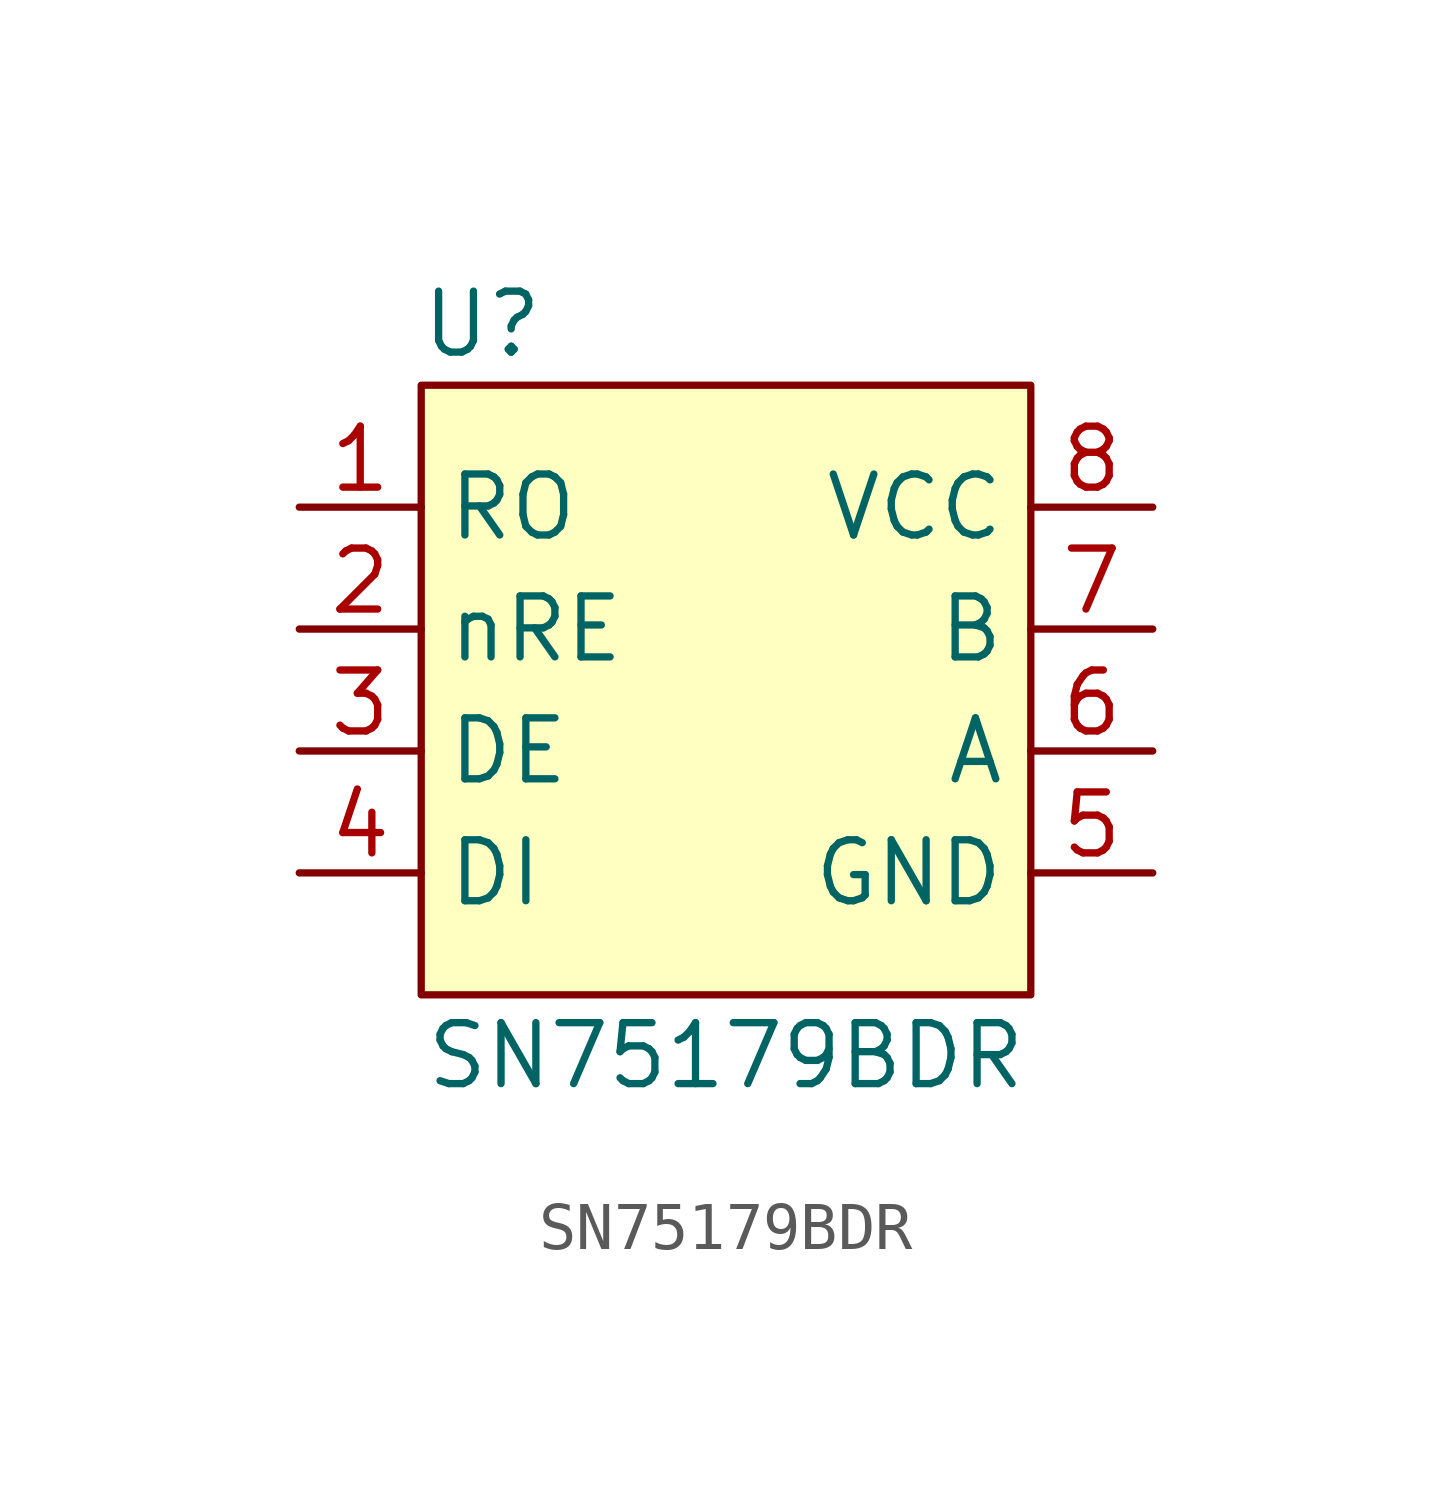
<source format=kicad_sym>
(kicad_symbol_lib
  (version 20211014)
  (generator kicad_symbol_editor)
  (symbol "SN75179BDR"
    (property "Reference" "U"
      (at -5.08 7.62 0)
      (effects (font (size 1.27 1.27))))
    (property "Value" "SN75179BDR"
      (at 0 -7.62 0)
      (effects (font (size 1.27 1.27))))
    (symbol "SN75179BDR_0_1"
      (rectangle (start -6.35 6.35) (end 6.35 -6.35) (stroke (width 0.152) (type default) (color 0 0 0 0)) (fill (type background))))
    (symbol "SN75179BDR_1_1"
      (pin output line (at -8.89 3.81 0) (length 2.54) (name "RO" (effects (font (size 1.27 1.27)))) (number "1" (effects (font (size 1.27 1.27)))))
      (pin input line (at -8.89 1.27 0) (length 2.54) (name "nRE" (effects (font (size 1.27 1.27)))) (number "2" (effects (font (size 1.27 1.27)))))
      (pin input line (at -8.89 -1.27 0) (length 2.54) (name "DE" (effects (font (size 1.27 1.27)))) (number "3" (effects (font (size 1.27 1.27)))))
      (pin input line (at -8.89 -3.81 0) (length 2.54) (name "DI" (effects (font (size 1.27 1.27)))) (number "4" (effects (font (size 1.27 1.27)))))
      (pin power_in line (at 8.89 -3.81 180) (length 2.54) (name "GND" (effects (font (size 1.27 1.27)))) (number "5" (effects (font (size 1.27 1.27)))))
      (pin bidirectional line (at 8.89 -1.27 180) (length 2.54) (name "A" (effects (font (size 1.27 1.27)))) (number "6" (effects (font (size 1.27 1.27)))))
      (pin bidirectional line (at 8.89 1.27 180) (length 2.54) (name "B" (effects (font (size 1.27 1.27)))) (number "7" (effects (font (size 1.27 1.27)))))
      (pin power_in line (at 8.89 3.81 180) (length 2.54) (name "VCC" (effects (font (size 1.27 1.27)))) (number "8" (effects (font (size 1.27 1.27))))))))
</source>
